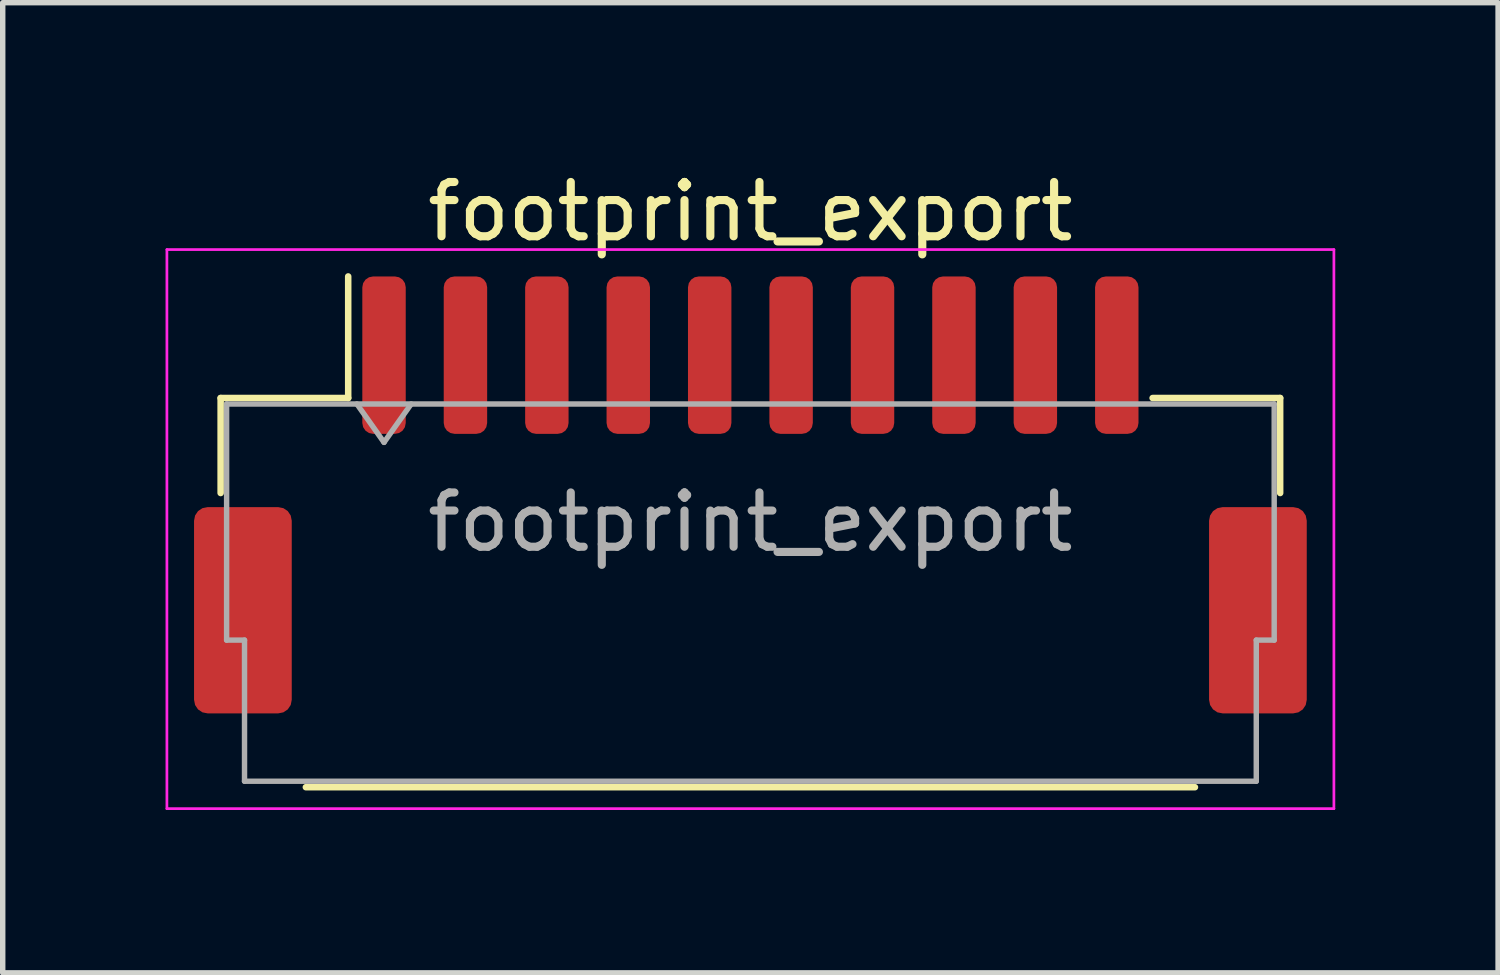
<source format=kicad_pcb>
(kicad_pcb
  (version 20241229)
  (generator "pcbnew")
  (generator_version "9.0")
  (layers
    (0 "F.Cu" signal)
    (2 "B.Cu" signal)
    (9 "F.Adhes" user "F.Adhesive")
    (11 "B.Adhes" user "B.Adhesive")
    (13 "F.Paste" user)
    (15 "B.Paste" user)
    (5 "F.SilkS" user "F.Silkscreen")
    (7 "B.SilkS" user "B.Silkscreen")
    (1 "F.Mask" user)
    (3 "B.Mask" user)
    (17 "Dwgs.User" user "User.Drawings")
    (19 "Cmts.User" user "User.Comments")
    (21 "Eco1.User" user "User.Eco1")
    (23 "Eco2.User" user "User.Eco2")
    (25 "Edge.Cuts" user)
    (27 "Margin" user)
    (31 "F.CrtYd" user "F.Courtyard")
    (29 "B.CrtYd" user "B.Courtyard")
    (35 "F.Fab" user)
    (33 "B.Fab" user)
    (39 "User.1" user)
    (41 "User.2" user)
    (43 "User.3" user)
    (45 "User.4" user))
  (footprint "footprint_export"
    (layer "F.Cu")
    (at 10.775 6.068)
    (property "Reference" "footprint_export" (at 0 -5.22 0) (layer "F.SilkS") (effects (font (size 1 1) (thickness 0.15))))
    (attr smd)
    (fp_line (start -9.76 -1.785) (end -7.41 -1.785) (stroke (width 0.12) (type solid)) (layer "F.SilkS"))
    (fp_line (start -9.76 -0.035) (end -9.76 -1.785) (stroke (width 0.12) (type solid)) (layer "F.SilkS"))
    (fp_line (start -8.19 5.385) (end 8.19 5.385) (stroke (width 0.12) (type solid)) (layer "F.SilkS"))
    (fp_line (start -7.41 -1.785) (end -7.41 -4.025) (stroke (width 0.12) (type solid)) (layer "F.SilkS"))
    (fp_line (start 9.76 -1.785) (end 7.41 -1.785) (stroke (width 0.12) (type solid)) (layer "F.SilkS"))
    (fp_line (start 9.76 -0.035) (end 9.76 -1.785) (stroke (width 0.12) (type solid)) (layer "F.SilkS"))
    (fp_line (start -10.75 -4.52) (end -10.75 5.78) (stroke (width 0.05) (type solid)) (layer "F.CrtYd"))
    (fp_line (start -10.75 5.78) (end 10.75 5.78) (stroke (width 0.05) (type solid)) (layer "F.CrtYd"))
    (fp_line (start 10.75 -4.52) (end -10.75 -4.52) (stroke (width 0.05) (type solid)) (layer "F.CrtYd"))
    (fp_line (start 10.75 5.78) (end 10.75 -4.52) (stroke (width 0.05) (type solid)) (layer "F.CrtYd"))
    (fp_line (start -9.65 -1.675) (end -9.65 2.675) (stroke (width 0.1) (type solid)) (layer "F.Fab"))
    (fp_line (start -9.65 -1.675) (end 9.65 -1.675) (stroke (width 0.1) (type solid)) (layer "F.Fab"))
    (fp_line (start -9.65 2.675) (end -9.32 2.675) (stroke (width 0.1) (type solid)) (layer "F.Fab"))
    (fp_line (start -9.32 2.675) (end -9.32 5.275) (stroke (width 0.1) (type solid)) (layer "F.Fab"))
    (fp_line (start -9.32 5.275) (end 9.32 5.275) (stroke (width 0.1) (type solid)) (layer "F.Fab"))
    (fp_line (start -7.25 -1.675) (end -6.75 -0.968) (stroke (width 0.1) (type solid)) (layer "F.Fab"))
    (fp_line (start -6.75 -0.968) (end -6.25 -1.675) (stroke (width 0.1) (type solid)) (layer "F.Fab"))
    (fp_line (start 9.32 2.675) (end 9.65 2.675) (stroke (width 0.1) (type solid)) (layer "F.Fab"))
    (fp_line (start 9.32 5.275) (end 9.32 2.675) (stroke (width 0.1) (type solid)) (layer "F.Fab"))
    (fp_line (start 9.65 -1.675) (end 9.65 2.675) (stroke (width 0.1) (type solid)) (layer "F.Fab"))
    (fp_text user "${REFERENCE}" (at 0 0.5 0) (layer "F.Fab") (effects (font (size 1 1) (thickness 0.15))))
    (pad "1" smd roundrect (at -6.75 -2.575) (size 0.8 2.9) (layers "F.Cu" "F.Mask" "F.Paste") (roundrect_rratio 0.25))
    (pad "2" smd roundrect (at -5.25 -2.575) (size 0.8 2.9) (layers "F.Cu" "F.Mask" "F.Paste") (roundrect_rratio 0.25))
    (pad "3" smd roundrect (at -3.75 -2.575) (size 0.8 2.9) (layers "F.Cu" "F.Mask" "F.Paste") (roundrect_rratio 0.25))
    (pad "4" smd roundrect (at -2.25 -2.575) (size 0.8 2.9) (layers "F.Cu" "F.Mask" "F.Paste") (roundrect_rratio 0.25))
    (pad "5" smd roundrect (at -0.75 -2.575) (size 0.8 2.9) (layers "F.Cu" "F.Mask" "F.Paste") (roundrect_rratio 0.25))
    (pad "6" smd roundrect (at 0.75 -2.575) (size 0.8 2.9) (layers "F.Cu" "F.Mask" "F.Paste") (roundrect_rratio 0.25))
    (pad "7" smd roundrect (at 2.25 -2.575) (size 0.8 2.9) (layers "F.Cu" "F.Mask" "F.Paste") (roundrect_rratio 0.25))
    (pad "8" smd roundrect (at 3.75 -2.575) (size 0.8 2.9) (layers "F.Cu" "F.Mask" "F.Paste") (roundrect_rratio 0.25))
    (pad "9" smd roundrect (at 5.25 -2.575) (size 0.8 2.9) (layers "F.Cu" "F.Mask" "F.Paste") (roundrect_rratio 0.25))
    (pad "10" smd roundrect (at 6.75 -2.575) (size 0.8 2.9) (layers "F.Cu" "F.Mask" "F.Paste") (roundrect_rratio 0.25))
    (pad "MP" smd roundrect (at -9.35 2.125) (size 1.8 3.8) (layers "F.Cu" "F.Mask" "F.Paste") (roundrect_rratio 0.139))
    (pad "MP" smd roundrect (at 9.35 2.125) (size 1.8 3.8) (layers "F.Cu" "F.Mask" "F.Paste") (roundrect_rratio 0.139)))
  (gr_rect
    (start -3 -3)
    (end 24.55 14.873)
    (stroke (width 0.1) (type default))
    (fill no)
    (layer "Edge.Cuts")))
</source>
